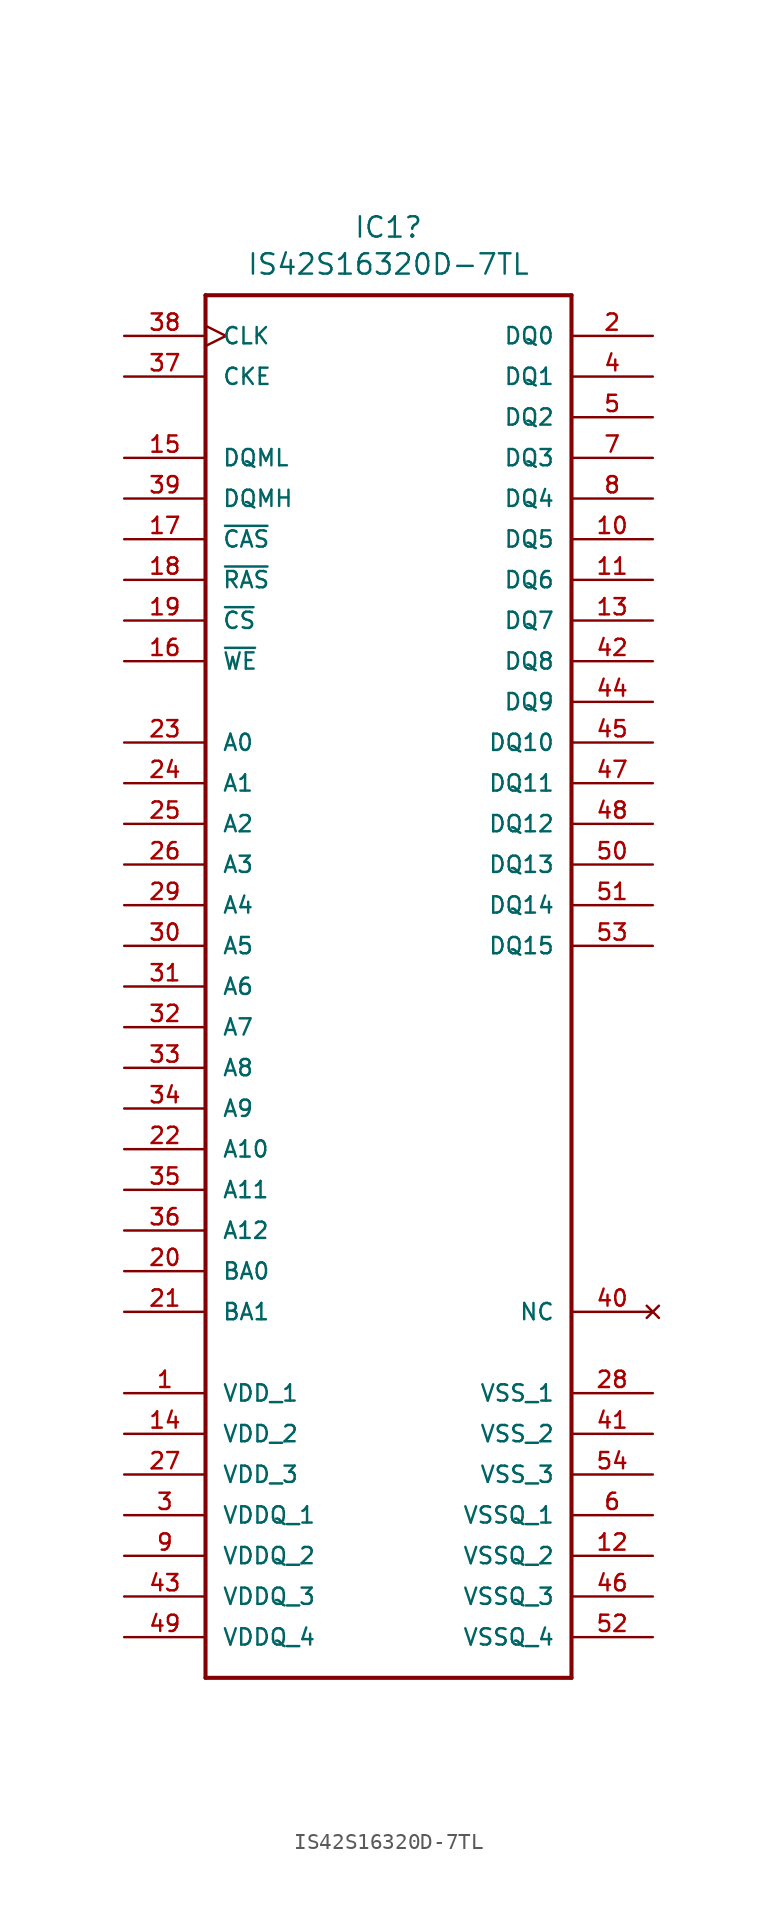
<source format=kicad_sym>
(kicad_symbol_lib
  (version 20211014)
  (generator kicad_symbol_editor)
  (symbol "IS42S16320D-7TL"
    (pin_names
      (offset 1.016))
    (property "Reference" "IC1"
      (at 16.51 6.782 0)
      (effects (font (size 1.27 1.27))))
    (property "Value" "IS42S16320D-7TL"
      (at 16.51 4.47 0)
      (effects (font (size 1.27 1.27))))
    (property "ki_locked" ""
      (at 0 0 0)
      (effects (font (size 1.27 1.27))))
    (symbol "IS42S16320D-7TL_0_0"
      (polyline (pts (xy 5.08 2.54) (xy 5.08 -83.82)) (stroke (width 0.254) (type default) (color 0 0 0 0)) (fill (type none)))
      (polyline (pts (xy 5.08 2.54) (xy 27.94 2.54)) (stroke (width 0.254) (type default) (color 0 0 0 0)) (fill (type none)))
      (polyline (pts (xy 27.94 -83.82) (xy 5.08 -83.82)) (stroke (width 0.254) (type default) (color 0 0 0 0)) (fill (type none)))
      (polyline (pts (xy 27.94 -83.82) (xy 27.94 2.54)) (stroke (width 0.254) (type default) (color 0 0 0 0)) (fill (type none)))
      (pin power_in line (at 0 -66.04 0) (length 5.08) (name "VDD_1" (effects (font (size 1.016 1.016)))) (number "1" (effects (font (size 1.016 1.016)))))
      (pin bidirectional line (at 33.02 -12.7 180) (length 5.08) (name "DQ5" (effects (font (size 1.016 1.016)))) (number "10" (effects (font (size 1.016 1.016)))))
      (pin bidirectional line (at 33.02 -15.24 180) (length 5.08) (name "DQ6" (effects (font (size 1.016 1.016)))) (number "11" (effects (font (size 1.016 1.016)))))
      (pin power_in line (at 33.02 -76.2 180) (length 5.08) (name "VSSQ_2" (effects (font (size 1.016 1.016)))) (number "12" (effects (font (size 1.016 1.016)))))
      (pin bidirectional line (at 33.02 -17.78 180) (length 5.08) (name "DQ7" (effects (font (size 1.016 1.016)))) (number "13" (effects (font (size 1.016 1.016)))))
      (pin power_in line (at 0 -68.58 0) (length 5.08) (name "VDD_2" (effects (font (size 1.016 1.016)))) (number "14" (effects (font (size 1.016 1.016)))))
      (pin input line (at 0 -7.62 0) (length 5.08) (name "DQML" (effects (font (size 1.016 1.016)))) (number "15" (effects (font (size 1.016 1.016)))))
      (pin input line (at 0 -20.32 0) (length 5.08) (name "~{WE}" (effects (font (size 1.016 1.016)))) (number "16" (effects (font (size 1.016 1.016)))))
      (pin input line (at 0 -12.7 0) (length 5.08) (name "~{CAS}" (effects (font (size 1.016 1.016)))) (number "17" (effects (font (size 1.016 1.016)))))
      (pin input line (at 0 -15.24 0) (length 5.08) (name "~{RAS}" (effects (font (size 1.016 1.016)))) (number "18" (effects (font (size 1.016 1.016)))))
      (pin input line (at 0 -17.78 0) (length 5.08) (name "~{CS}" (effects (font (size 1.016 1.016)))) (number "19" (effects (font (size 1.016 1.016)))))
      (pin bidirectional line (at 33.02 0 180) (length 5.08) (name "DQ0" (effects (font (size 1.016 1.016)))) (number "2" (effects (font (size 1.016 1.016)))))
      (pin input line (at 0 -58.42 0) (length 5.08) (name "BA0" (effects (font (size 1.016 1.016)))) (number "20" (effects (font (size 1.016 1.016)))))
      (pin input line (at 0 -60.96 0) (length 5.08) (name "BA1" (effects (font (size 1.016 1.016)))) (number "21" (effects (font (size 1.016 1.016)))))
      (pin input line (at 0 -50.8 0) (length 5.08) (name "A10" (effects (font (size 1.016 1.016)))) (number "22" (effects (font (size 1.016 1.016)))))
      (pin input line (at 0 -25.4 0) (length 5.08) (name "A0" (effects (font (size 1.016 1.016)))) (number "23" (effects (font (size 1.016 1.016)))))
      (pin input line (at 0 -27.94 0) (length 5.08) (name "A1" (effects (font (size 1.016 1.016)))) (number "24" (effects (font (size 1.016 1.016)))))
      (pin input line (at 0 -30.48 0) (length 5.08) (name "A2" (effects (font (size 1.016 1.016)))) (number "25" (effects (font (size 1.016 1.016)))))
      (pin input line (at 0 -33.02 0) (length 5.08) (name "A3" (effects (font (size 1.016 1.016)))) (number "26" (effects (font (size 1.016 1.016)))))
      (pin power_in line (at 0 -71.12 0) (length 5.08) (name "VDD_3" (effects (font (size 1.016 1.016)))) (number "27" (effects (font (size 1.016 1.016)))))
      (pin power_in line (at 33.02 -66.04 180) (length 5.08) (name "VSS_1" (effects (font (size 1.016 1.016)))) (number "28" (effects (font (size 1.016 1.016)))))
      (pin input line (at 0 -35.56 0) (length 5.08) (name "A4" (effects (font (size 1.016 1.016)))) (number "29" (effects (font (size 1.016 1.016)))))
      (pin power_in line (at 0 -73.66 0) (length 5.08) (name "VDDQ_1" (effects (font (size 1.016 1.016)))) (number "3" (effects (font (size 1.016 1.016)))))
      (pin input line (at 0 -38.1 0) (length 5.08) (name "A5" (effects (font (size 1.016 1.016)))) (number "30" (effects (font (size 1.016 1.016)))))
      (pin input line (at 0 -40.64 0) (length 5.08) (name "A6" (effects (font (size 1.016 1.016)))) (number "31" (effects (font (size 1.016 1.016)))))
      (pin input line (at 0 -43.18 0) (length 5.08) (name "A7" (effects (font (size 1.016 1.016)))) (number "32" (effects (font (size 1.016 1.016)))))
      (pin input line (at 0 -45.72 0) (length 5.08) (name "A8" (effects (font (size 1.016 1.016)))) (number "33" (effects (font (size 1.016 1.016)))))
      (pin input line (at 0 -48.26 0) (length 5.08) (name "A9" (effects (font (size 1.016 1.016)))) (number "34" (effects (font (size 1.016 1.016)))))
      (pin input line (at 0 -53.34 0) (length 5.08) (name "A11" (effects (font (size 1.016 1.016)))) (number "35" (effects (font (size 1.016 1.016)))))
      (pin input line (at 0 -55.88 0) (length 5.08) (name "A12" (effects (font (size 1.016 1.016)))) (number "36" (effects (font (size 1.016 1.016)))))
      (pin input line (at 0 -2.54 0) (length 5.08) (name "CKE" (effects (font (size 1.016 1.016)))) (number "37" (effects (font (size 1.016 1.016)))))
      (pin input clock (at 0 0 0) (length 5.08) (name "CLK" (effects (font (size 1.016 1.016)))) (number "38" (effects (font (size 1.016 1.016)))))
      (pin input line (at 0 -10.16 0) (length 5.08) (name "DQMH" (effects (font (size 1.016 1.016)))) (number "39" (effects (font (size 1.016 1.016)))))
      (pin bidirectional line (at 33.02 -2.54 180) (length 5.08) (name "DQ1" (effects (font (size 1.016 1.016)))) (number "4" (effects (font (size 1.016 1.016)))))
      (pin no_connect line (at 33.02 -60.96 180) (length 5.08) (name "NC" (effects (font (size 1.016 1.016)))) (number "40" (effects (font (size 1.016 1.016)))))
      (pin power_in line (at 33.02 -68.58 180) (length 5.08) (name "VSS_2" (effects (font (size 1.016 1.016)))) (number "41" (effects (font (size 1.016 1.016)))))
      (pin bidirectional line (at 33.02 -20.32 180) (length 5.08) (name "DQ8" (effects (font (size 1.016 1.016)))) (number "42" (effects (font (size 1.016 1.016)))))
      (pin power_in line (at 0 -78.74 0) (length 5.08) (name "VDDQ_3" (effects (font (size 1.016 1.016)))) (number "43" (effects (font (size 1.016 1.016)))))
      (pin bidirectional line (at 33.02 -22.86 180) (length 5.08) (name "DQ9" (effects (font (size 1.016 1.016)))) (number "44" (effects (font (size 1.016 1.016)))))
      (pin bidirectional line (at 33.02 -25.4 180) (length 5.08) (name "DQ10" (effects (font (size 1.016 1.016)))) (number "45" (effects (font (size 1.016 1.016)))))
      (pin power_in line (at 33.02 -78.74 180) (length 5.08) (name "VSSQ_3" (effects (font (size 1.016 1.016)))) (number "46" (effects (font (size 1.016 1.016)))))
      (pin bidirectional line (at 33.02 -27.94 180) (length 5.08) (name "DQ11" (effects (font (size 1.016 1.016)))) (number "47" (effects (font (size 1.016 1.016)))))
      (pin bidirectional line (at 33.02 -30.48 180) (length 5.08) (name "DQ12" (effects (font (size 1.016 1.016)))) (number "48" (effects (font (size 1.016 1.016)))))
      (pin power_in line (at 0 -81.28 0) (length 5.08) (name "VDDQ_4" (effects (font (size 1.016 1.016)))) (number "49" (effects (font (size 1.016 1.016)))))
      (pin bidirectional line (at 33.02 -5.08 180) (length 5.08) (name "DQ2" (effects (font (size 1.016 1.016)))) (number "5" (effects (font (size 1.016 1.016)))))
      (pin bidirectional line (at 33.02 -33.02 180) (length 5.08) (name "DQ13" (effects (font (size 1.016 1.016)))) (number "50" (effects (font (size 1.016 1.016)))))
      (pin bidirectional line (at 33.02 -35.56 180) (length 5.08) (name "DQ14" (effects (font (size 1.016 1.016)))) (number "51" (effects (font (size 1.016 1.016)))))
      (pin power_in line (at 33.02 -81.28 180) (length 5.08) (name "VSSQ_4" (effects (font (size 1.016 1.016)))) (number "52" (effects (font (size 1.016 1.016)))))
      (pin bidirectional line (at 33.02 -38.1 180) (length 5.08) (name "DQ15" (effects (font (size 1.016 1.016)))) (number "53" (effects (font (size 1.016 1.016)))))
      (pin power_in line (at 33.02 -71.12 180) (length 5.08) (name "VSS_3" (effects (font (size 1.016 1.016)))) (number "54" (effects (font (size 1.016 1.016)))))
      (pin power_in line (at 33.02 -73.66 180) (length 5.08) (name "VSSQ_1" (effects (font (size 1.016 1.016)))) (number "6" (effects (font (size 1.016 1.016)))))
      (pin bidirectional line (at 33.02 -7.62 180) (length 5.08) (name "DQ3" (effects (font (size 1.016 1.016)))) (number "7" (effects (font (size 1.016 1.016)))))
      (pin bidirectional line (at 33.02 -10.16 180) (length 5.08) (name "DQ4" (effects (font (size 1.016 1.016)))) (number "8" (effects (font (size 1.016 1.016)))))
      (pin power_in line (at 0 -76.2 0) (length 5.08) (name "VDDQ_2" (effects (font (size 1.016 1.016)))) (number "9" (effects (font (size 1.016 1.016))))))))
</source>
